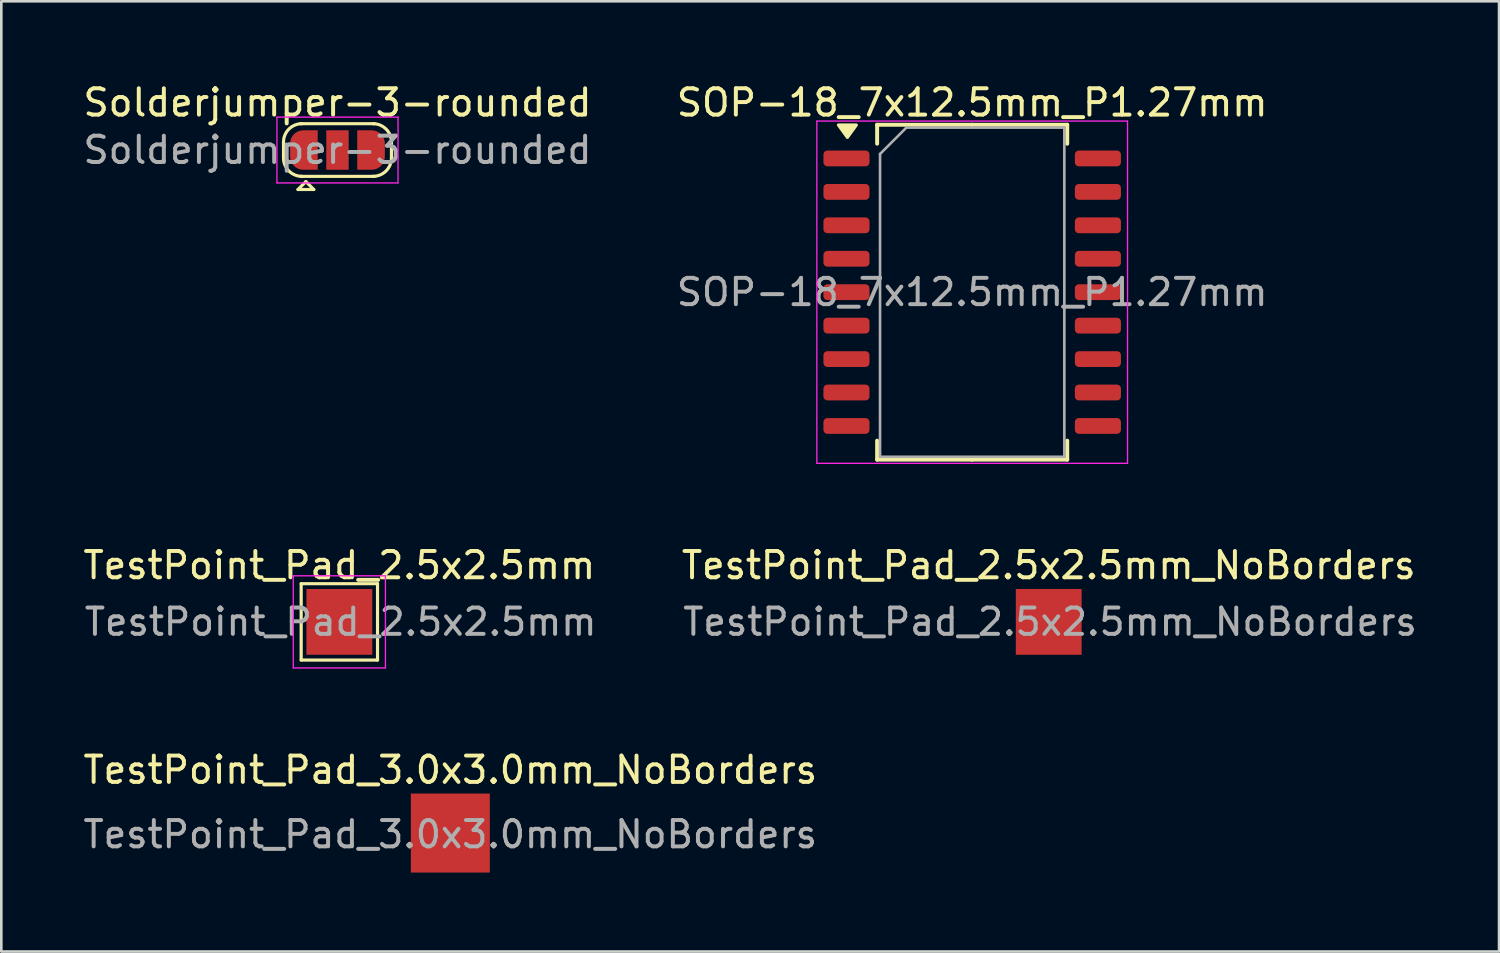
<source format=kicad_pcb>
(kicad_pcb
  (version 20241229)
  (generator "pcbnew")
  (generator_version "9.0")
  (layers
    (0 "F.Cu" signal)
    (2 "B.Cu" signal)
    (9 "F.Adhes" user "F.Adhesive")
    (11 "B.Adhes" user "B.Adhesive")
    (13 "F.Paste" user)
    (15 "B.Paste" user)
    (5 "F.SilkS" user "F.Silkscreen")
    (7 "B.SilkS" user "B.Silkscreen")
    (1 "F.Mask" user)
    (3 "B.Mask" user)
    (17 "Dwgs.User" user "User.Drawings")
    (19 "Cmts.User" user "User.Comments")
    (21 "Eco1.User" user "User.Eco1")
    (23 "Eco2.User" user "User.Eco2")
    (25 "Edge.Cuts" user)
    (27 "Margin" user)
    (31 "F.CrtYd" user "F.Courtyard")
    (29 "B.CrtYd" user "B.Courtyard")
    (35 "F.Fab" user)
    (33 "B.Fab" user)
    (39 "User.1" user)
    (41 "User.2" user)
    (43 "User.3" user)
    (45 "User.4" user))
  (footprint "Solderjumper-3-rounded"
    (layer "F.Cu")
    (at 9.768 2.648)
    (property "Reference" "Solderjumper-3-rounded" (at 0 -1.8 0) (layer "F.SilkS") (effects (font (size 1 1) (thickness 0.15))))
    (attr smd)
    (fp_line (start -2.05 0.3) (end -2.05 -0.3) (stroke (width 0.12) (type solid)) (layer "F.SilkS"))
    (fp_line (start -1.5 1.5) (end -0.9 1.5) (stroke (width 0.12) (type solid)) (layer "F.SilkS"))
    (fp_line (start -1.4 -1) (end 1.4 -1) (stroke (width 0.12) (type solid)) (layer "F.SilkS"))
    (fp_line (start -1.2 1.2) (end -1.5 1.5) (stroke (width 0.12) (type solid)) (layer "F.SilkS"))
    (fp_line (start -1.2 1.2) (end -0.9 1.5) (stroke (width 0.12) (type solid)) (layer "F.SilkS"))
    (fp_line (start 1.4 1) (end -1.4 1) (stroke (width 0.12) (type solid)) (layer "F.SilkS"))
    (fp_line (start 2.05 -0.3) (end 2.05 0.3) (stroke (width 0.12) (type solid)) (layer "F.SilkS"))
    (fp_arc (start -2.05 -0.3) (mid -1.844975 -0.794975) (end -1.35 -1) (stroke (width 0.12) (type solid)) (layer "F.SilkS"))
    (fp_arc (start -1.35 1) (mid -1.844975 0.794975) (end -2.05 0.3) (stroke (width 0.12) (type solid)) (layer "F.SilkS"))
    (fp_arc (start 1.35 -1) (mid 1.844975 -0.794975) (end 2.05 -0.3) (stroke (width 0.12) (type solid)) (layer "F.SilkS"))
    (fp_arc (start 2.05 0.3) (mid 1.844975 0.794975) (end 1.35 1) (stroke (width 0.12) (type solid)) (layer "F.SilkS"))
    (fp_line (start -2.3 -1.25) (end -2.3 1.25) (stroke (width 0.05) (type solid)) (layer "F.CrtYd"))
    (fp_line (start -2.3 -1.25) (end 2.3 -1.25) (stroke (width 0.05) (type solid)) (layer "F.CrtYd"))
    (fp_line (start 2.3 1.25) (end -2.3 1.25) (stroke (width 0.05) (type solid)) (layer "F.CrtYd"))
    (fp_line (start 2.3 1.25) (end 2.3 -1.25) (stroke (width 0.05) (type solid)) (layer "F.CrtYd"))
    (fp_text user "${REFERENCE}" (at 0 0 0) (layer "F.Fab") (effects (font (size 1 1) (thickness 0.15))))
    (pad "1" smd custom (at -1.3 0) (size 1 0.5) (layers "F.Cu" "F.Mask") (options (anchor rect)) (primitives (gr_circle (center 0 0.25) (end 0.5 0.25) (width 0) (fill yes)) (gr_circle (center 0 -0.25) (end 0.5 -0.25) (width 0) (fill yes)) (gr_poly (pts (xy 0.55 0.75) (xy 0 0.75) (xy 0 -0.75) (xy 0.55 -0.75)) (width 0) (fill yes))))
    (pad "2" smd rect (at 0 0) (size 0.85 1.5) (layers "F.Cu" "F.Mask"))
    (pad "3" smd custom (at 1.3 0) (size 1 0.5) (layers "F.Cu" "F.Mask") (options (anchor rect)) (primitives (gr_circle (center 0 0.25) (end 0.5 0.25) (width 0) (fill yes)) (gr_circle (center 0 -0.25) (end 0.5 -0.25) (width 0) (fill yes)) (gr_poly (pts (xy 0 0.75) (xy -0.55 0.75) (xy -0.55 -0.75) (xy 0 -0.75)) (width 0) (fill yes)))))
  (footprint "SOP-18_7x12.5mm_P1.27mm"
    (layer "F.Cu")
    (at 33.875 8.048)
    (property "Reference" "SOP-18_7x12.5mm_P1.27mm" (at 0 -7.2 0) (layer "F.SilkS") (effects (font (size 1 1) (thickness 0.15))))
    (attr smd)
    (fp_line (start -3.61 -6.36) (end -3.61 -5.64) (stroke (width 0.15) (type solid)) (layer "F.SilkS"))
    (fp_line (start -3.61 6.36) (end -3.61 5.64) (stroke (width 0.15) (type solid)) (layer "F.SilkS"))
    (fp_line (start 0 -6.36) (end -3.61 -6.36) (stroke (width 0.15) (type solid)) (layer "F.SilkS"))
    (fp_line (start 0 -6.36) (end 3.61 -6.36) (stroke (width 0.15) (type solid)) (layer "F.SilkS"))
    (fp_line (start 0 6.36) (end -3.61 6.36) (stroke (width 0.15) (type solid)) (layer "F.SilkS"))
    (fp_line (start 0 6.36) (end 3.61 6.36) (stroke (width 0.15) (type solid)) (layer "F.SilkS"))
    (fp_line (start 3.61 -6.36) (end 3.61 -5.64) (stroke (width 0.15) (type solid)) (layer "F.SilkS"))
    (fp_line (start 3.61 6.36) (end 3.61 5.64) (stroke (width 0.15) (type solid)) (layer "F.SilkS"))
    (fp_poly (pts (xy -4.74 -5.88) (xy -5.08 -6.35) (xy -4.4 -6.35) (xy -4.74 -5.88)) (stroke (width 0.12) (type solid)) (fill yes) (layer "F.SilkS"))
    (fp_line (start -5.9 -6.5) (end -5.9 6.5) (stroke (width 0.05) (type solid)) (layer "F.CrtYd"))
    (fp_line (start -5.9 6.5) (end 5.9 6.5) (stroke (width 0.05) (type solid)) (layer "F.CrtYd"))
    (fp_line (start 5.9 -6.5) (end -5.9 -6.5) (stroke (width 0.05) (type solid)) (layer "F.CrtYd"))
    (fp_line (start 5.9 6.5) (end 5.9 -6.5) (stroke (width 0.05) (type solid)) (layer "F.CrtYd"))
    (fp_line (start -3.5 -5.25) (end -2.5 -6.25) (stroke (width 0.1) (type solid)) (layer "F.Fab"))
    (fp_line (start -3.5 6.25) (end -3.5 -5.25) (stroke (width 0.1) (type solid)) (layer "F.Fab"))
    (fp_line (start -2.5 -6.25) (end 3.5 -6.25) (stroke (width 0.1) (type solid)) (layer "F.Fab"))
    (fp_line (start 3.5 -6.25) (end 3.5 6.25) (stroke (width 0.1) (type solid)) (layer "F.Fab"))
    (fp_line (start 3.5 6.25) (end -3.5 6.25) (stroke (width 0.1) (type solid)) (layer "F.Fab"))
    (fp_text user "${REFERENCE}" (at 0 0 0) (layer "F.Fab") (effects (font (size 1 1) (thickness 0.15))))
    (pad "1" smd roundrect (at -4.775 -5.08) (size 1.75 0.6) (layers "F.Cu" "F.Mask" "F.Paste") (roundrect_rratio 0.25))
    (pad "2" smd roundrect (at -4.775 -3.81) (size 1.75 0.6) (layers "F.Cu" "F.Mask" "F.Paste") (roundrect_rratio 0.25))
    (pad "3" smd roundrect (at -4.775 -2.54) (size 1.75 0.6) (layers "F.Cu" "F.Mask" "F.Paste") (roundrect_rratio 0.25))
    (pad "4" smd roundrect (at -4.775 -1.27) (size 1.75 0.6) (layers "F.Cu" "F.Mask" "F.Paste") (roundrect_rratio 0.25))
    (pad "5" smd roundrect (at -4.775 0) (size 1.75 0.6) (layers "F.Cu" "F.Mask" "F.Paste") (roundrect_rratio 0.25))
    (pad "6" smd roundrect (at -4.775 1.27) (size 1.75 0.6) (layers "F.Cu" "F.Mask" "F.Paste") (roundrect_rratio 0.25))
    (pad "7" smd roundrect (at -4.775 2.54) (size 1.75 0.6) (layers "F.Cu" "F.Mask" "F.Paste") (roundrect_rratio 0.25))
    (pad "8" smd roundrect (at -4.775 3.81) (size 1.75 0.6) (layers "F.Cu" "F.Mask" "F.Paste") (roundrect_rratio 0.25))
    (pad "9" smd roundrect (at -4.775 5.08) (size 1.75 0.6) (layers "F.Cu" "F.Mask" "F.Paste") (roundrect_rratio 0.25))
    (pad "10" smd roundrect (at 4.775 5.08) (size 1.75 0.6) (layers "F.Cu" "F.Mask" "F.Paste") (roundrect_rratio 0.25))
    (pad "11" smd roundrect (at 4.775 3.81) (size 1.75 0.6) (layers "F.Cu" "F.Mask" "F.Paste") (roundrect_rratio 0.25))
    (pad "12" smd roundrect (at 4.775 2.54) (size 1.75 0.6) (layers "F.Cu" "F.Mask" "F.Paste") (roundrect_rratio 0.25))
    (pad "13" smd roundrect (at 4.775 1.27) (size 1.75 0.6) (layers "F.Cu" "F.Mask" "F.Paste") (roundrect_rratio 0.25))
    (pad "14" smd roundrect (at 4.775 0) (size 1.75 0.6) (layers "F.Cu" "F.Mask" "F.Paste") (roundrect_rratio 0.25))
    (pad "15" smd roundrect (at 4.775 -1.27) (size 1.75 0.6) (layers "F.Cu" "F.Mask" "F.Paste") (roundrect_rratio 0.25))
    (pad "16" smd roundrect (at 4.775 -2.54) (size 1.75 0.6) (layers "F.Cu" "F.Mask" "F.Paste") (roundrect_rratio 0.25))
    (pad "17" smd roundrect (at 4.775 -3.81) (size 1.75 0.6) (layers "F.Cu" "F.Mask" "F.Paste") (roundrect_rratio 0.25))
    (pad "18" smd roundrect (at 4.775 -5.08) (size 1.75 0.6) (layers "F.Cu" "F.Mask" "F.Paste") (roundrect_rratio 0.25)))
  (footprint "TestPoint_Pad_2.5x2.5mm"
    (layer "F.Cu")
    (at 9.839 20.57)
    (property "Reference" "TestPoint_Pad_2.5x2.5mm" (at 0 -2.148 0) (layer "F.SilkS") (effects (font (size 1 1) (thickness 0.15))))
    (attr exclude_from_pos_files exclude_from_bom)
    (fp_line (start -1.45 -1.45) (end 1.45 -1.45) (stroke (width 0.12) (type solid)) (layer "F.SilkS"))
    (fp_line (start -1.45 1.45) (end -1.45 -1.45) (stroke (width 0.12) (type solid)) (layer "F.SilkS"))
    (fp_line (start 1.45 -1.45) (end 1.45 1.45) (stroke (width 0.12) (type solid)) (layer "F.SilkS"))
    (fp_line (start 1.45 1.45) (end -1.45 1.45) (stroke (width 0.12) (type solid)) (layer "F.SilkS"))
    (fp_line (start -1.75 -1.75) (end -1.75 1.75) (stroke (width 0.05) (type solid)) (layer "F.CrtYd"))
    (fp_line (start -1.75 -1.75) (end 1.75 -1.75) (stroke (width 0.05) (type solid)) (layer "F.CrtYd"))
    (fp_line (start 1.75 1.75) (end -1.75 1.75) (stroke (width 0.05) (type solid)) (layer "F.CrtYd"))
    (fp_line (start 1.75 1.75) (end 1.75 -1.75) (stroke (width 0.05) (type solid)) (layer "F.CrtYd"))
    (fp_text user "${REFERENCE}" (at 0.05 0 0) (layer "F.Fab") (effects (font (size 1 1) (thickness 0.15))))
    (pad "1" smd rect (at 0 0) (size 2.5 2.5) (layers "F.Cu" "F.Mask")))
  (footprint "TestPoint_Pad_3.0x3.0mm_NoBorders"
    (layer "F.Cu")
    (at 14.054 28.591)
    (property "Reference" "TestPoint_Pad_3.0x3.0mm_NoBorders" (at 0 -2.398 0) (layer "F.SilkS") (effects (font (size 1 1) (thickness 0.15))))
    (attr exclude_from_pos_files exclude_from_bom)
    (fp_text user "${REFERENCE}" (at 0 0.05 0) (layer "F.Fab") (effects (font (size 1 1) (thickness 0.15))))
    (pad "1" smd rect (at 0 0) (size 3 3) (layers "F.Cu" "F.Mask")))
  (footprint "TestPoint_Pad_2.5x2.5mm_NoBorders"
    (layer "F.Cu")
    (at 36.782 20.57)
    (property "Reference" "TestPoint_Pad_2.5x2.5mm_NoBorders" (at 0 -2.148 0) (layer "F.SilkS") (effects (font (size 1 1) (thickness 0.15))))
    (attr exclude_from_pos_files exclude_from_bom)
    (fp_text user "${REFERENCE}" (at 0.05 0 0) (layer "F.Fab") (effects (font (size 1 1) (thickness 0.15))))
    (pad "1" smd rect (at 0 0) (size 2.5 2.5) (layers "F.Cu" "F.Mask")))
  (gr_rect
    (start -3 -3)
    (end 53.886 33.091)
    (stroke (width 0.1) (type default))
    (fill no)
    (layer "Edge.Cuts")))
</source>
